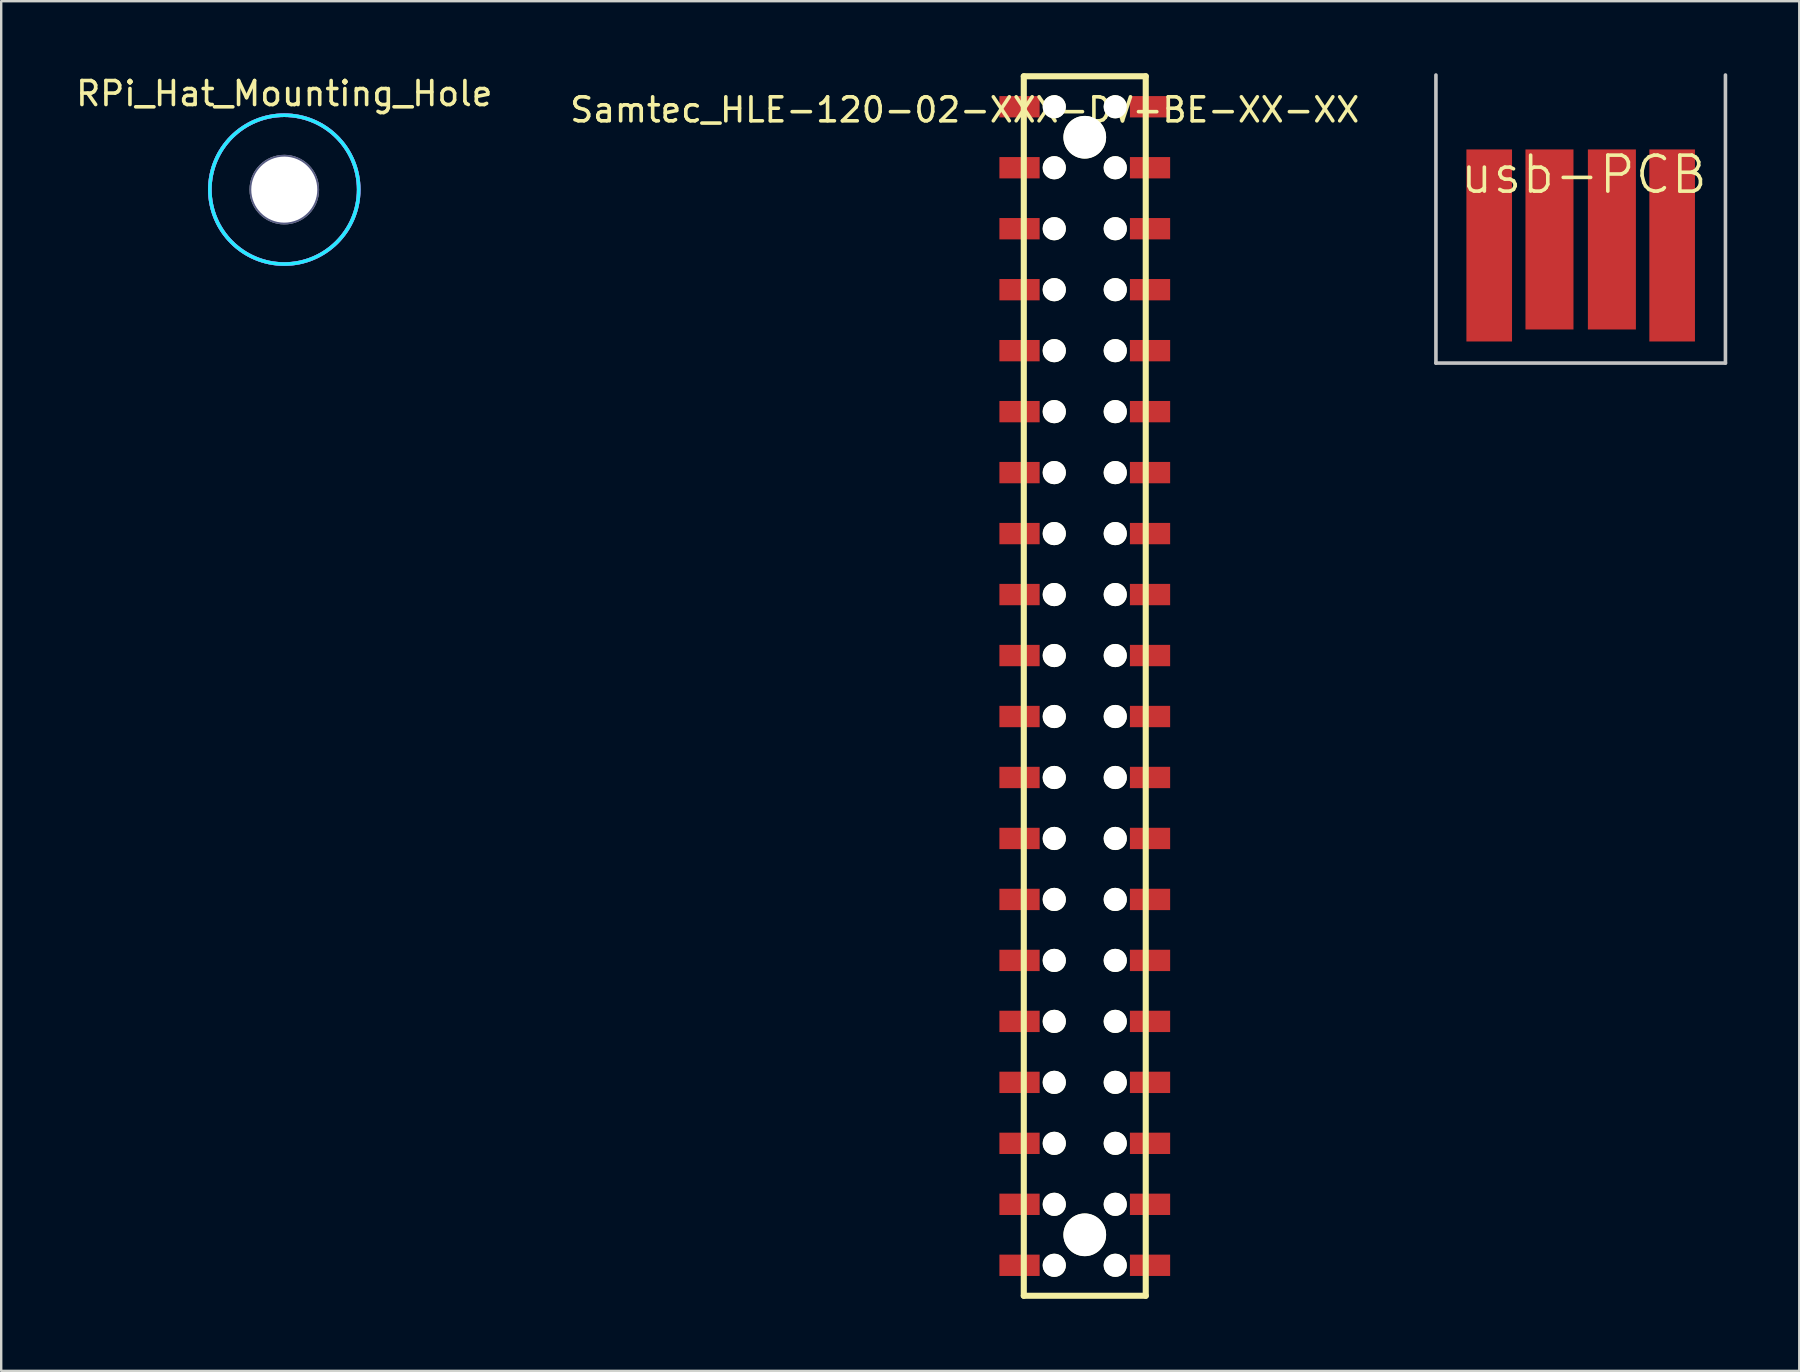
<source format=kicad_pcb>
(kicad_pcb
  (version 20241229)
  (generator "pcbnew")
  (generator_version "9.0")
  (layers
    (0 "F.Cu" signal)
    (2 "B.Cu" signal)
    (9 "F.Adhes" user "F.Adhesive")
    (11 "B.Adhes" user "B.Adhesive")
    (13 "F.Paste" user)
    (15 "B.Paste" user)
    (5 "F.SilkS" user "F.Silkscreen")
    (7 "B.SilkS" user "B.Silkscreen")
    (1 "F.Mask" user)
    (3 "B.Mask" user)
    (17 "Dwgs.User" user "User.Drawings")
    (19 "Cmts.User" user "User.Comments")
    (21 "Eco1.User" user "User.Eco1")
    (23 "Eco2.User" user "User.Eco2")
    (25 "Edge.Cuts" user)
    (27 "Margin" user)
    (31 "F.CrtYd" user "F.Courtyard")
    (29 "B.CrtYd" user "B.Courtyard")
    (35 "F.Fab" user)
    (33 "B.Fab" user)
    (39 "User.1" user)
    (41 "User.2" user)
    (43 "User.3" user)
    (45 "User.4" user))
  (footprint "usb-PCB"
    (layer "F.Cu")
    (at 62.795 12.075)
    (property "Reference" "usb-PCB" (at 0.13 -7.85 0) (layer "F.SilkS") (effects (font (size 1.5 1.5) (thickness 0.15))))
    (attr exclude_from_pos_files exclude_from_bom)
    (fp_line (start -6.03 0) (end -6.03 -12) (stroke (width 0.15) (type solid)) (layer "Dwgs.User"))
    (fp_line (start 6.03 0) (end -6.03 0) (stroke (width 0.15) (type solid)) (layer "Dwgs.User"))
    (fp_line (start 6.03 0) (end 6.03 -12) (stroke (width 0.15) (type solid)) (layer "Dwgs.User"))
    (pad "1" connect rect (at 3.81 -4.9) (size 1.9 8) (layers "F.Cu" "F.Mask"))
    (pad "2" connect rect (at 1.3 -5.15) (size 2 7.5) (layers "F.Cu" "F.Mask"))
    (pad "3" connect rect (at -1.3 -5.15) (size 2 7.5) (layers "F.Cu" "F.Mask"))
    (pad "4" connect rect (at -3.81 -4.9) (size 1.9 8) (layers "F.Cu" "F.Mask")))
  (footprint "RPi_Hat_Mounting_Hole"
    (layer "F.Cu")
    (at 8.792 4.849)
    (property "Reference" "RPi_Hat_Mounting_Hole" (at 0 -4 0) (layer "F.SilkS") (effects (font (size 1 1) (thickness 0.15))))
    (attr through_hole)
    (fp_circle (center 0 0) (end 3.1 0) (stroke (width 0.15) (type solid)) (fill no) (layer "B.CrtYd"))
    (fp_circle (center 0 0) (end 3.1 0) (stroke (width 0.15) (type solid)) (fill no) (layer "F.CrtYd"))
    (fp_circle (center 0 0) (end 1.375 0) (stroke (width 0.15) (type solid)) (fill no) (layer "B.Fab"))
    (fp_circle (center 0 0) (end 3.1 0) (stroke (width 0.15) (type solid)) (fill no) (layer "B.Fab"))
    (fp_circle (center 0 0) (end 1.375 0) (stroke (width 0.15) (type solid)) (fill no) (layer "F.Fab"))
    (fp_circle (center 0 0) (end 3.1 0) (stroke (width 0.15) (type solid)) (fill no) (layer "F.Fab"))
    (pad "" np_thru_hole circle (at 0 0) (size 2.75 2.75) (drill 2.75) (layers "*.Cu" "*.Mask")))
  (footprint "Samtec_HLE-120-02-XXX-DV-BE-XX-XX"
    (layer "F.Cu")
    (at 42.137 25.527)
    (property "Reference" "Samtec_HLE-120-02-XXX-DV-BE-XX-XX" (at -5 -24 0) (layer "F.SilkS") (effects (font (size 1 1) (thickness 0.15))))
    (attr through_hole)
    (fp_line (start -2.54 -25.4) (end 2.54 -25.4) (stroke (width 0.254) (type solid)) (layer "F.SilkS"))
    (fp_line (start -2.54 25.4) (end -2.54 -25.4) (stroke (width 0.254) (type solid)) (layer "F.SilkS"))
    (fp_line (start 2.54 -25.4) (end 2.54 25.4) (stroke (width 0.254) (type solid)) (layer "F.SilkS"))
    (fp_line (start 2.54 25.4) (end -2.54 25.4) (stroke (width 0.254) (type solid)) (layer "F.SilkS"))
    (pad "" np_thru_hole circle (at -1.27 -24.13 270) (size 0.965 0.965) (drill 0.965) (layers "*.Cu" "*.Mask" "F.SilkS"))
    (pad "" np_thru_hole circle (at -1.27 -21.59 270) (size 0.965 0.965) (drill 0.965) (layers "*.Cu" "*.Mask" "F.SilkS"))
    (pad "" np_thru_hole circle (at -1.27 -19.05 270) (size 0.965 0.965) (drill 0.965) (layers "*.Cu" "*.Mask" "F.SilkS"))
    (pad "" np_thru_hole circle (at -1.27 -16.51 270) (size 0.965 0.965) (drill 0.965) (layers "*.Cu" "*.Mask" "F.SilkS"))
    (pad "" np_thru_hole circle (at -1.27 -13.97 270) (size 0.965 0.965) (drill 0.965) (layers "*.Cu" "*.Mask" "F.SilkS"))
    (pad "" np_thru_hole circle (at -1.27 -11.43 270) (size 0.965 0.965) (drill 0.965) (layers "*.Cu" "*.Mask" "F.SilkS"))
    (pad "" np_thru_hole circle (at -1.27 -8.89 270) (size 0.965 0.965) (drill 0.965) (layers "*.Cu" "*.Mask" "F.SilkS"))
    (pad "" np_thru_hole circle (at -1.27 -6.35 270) (size 0.965 0.965) (drill 0.965) (layers "*.Cu" "*.Mask" "F.SilkS"))
    (pad "" np_thru_hole circle (at -1.27 -3.81 270) (size 0.965 0.965) (drill 0.965) (layers "*.Cu" "*.Mask" "F.SilkS"))
    (pad "" np_thru_hole circle (at -1.27 -1.27 270) (size 0.965 0.965) (drill 0.965) (layers "*.Cu" "*.Mask" "F.SilkS"))
    (pad "" np_thru_hole circle (at -1.27 1.27 270) (size 0.965 0.965) (drill 0.965) (layers "*.Cu" "*.Mask" "F.SilkS"))
    (pad "" np_thru_hole circle (at -1.27 3.81 270) (size 0.965 0.965) (drill 0.965) (layers "*.Cu" "*.Mask" "F.SilkS"))
    (pad "" np_thru_hole circle (at -1.27 6.35 270) (size 0.965 0.965) (drill 0.965) (layers "*.Cu" "*.Mask" "F.SilkS"))
    (pad "" np_thru_hole circle (at -1.27 8.89 270) (size 0.965 0.965) (drill 0.965) (layers "*.Cu" "*.Mask" "F.SilkS"))
    (pad "" np_thru_hole circle (at -1.27 11.43 270) (size 0.965 0.965) (drill 0.965) (layers "*.Cu" "*.Mask" "F.SilkS"))
    (pad "" np_thru_hole circle (at -1.27 13.97 270) (size 0.965 0.965) (drill 0.965) (layers "*.Cu" "*.Mask" "F.SilkS"))
    (pad "" np_thru_hole circle (at -1.27 16.51 270) (size 0.965 0.965) (drill 0.965) (layers "*.Cu" "*.Mask" "F.SilkS"))
    (pad "" np_thru_hole circle (at -1.27 19.05 270) (size 0.965 0.965) (drill 0.965) (layers "*.Cu" "*.Mask" "F.SilkS"))
    (pad "" np_thru_hole circle (at -1.27 21.59 270) (size 0.965 0.965) (drill 0.965) (layers "*.Cu" "*.Mask" "F.SilkS"))
    (pad "" np_thru_hole circle (at -1.27 24.13 270) (size 0.965 0.965) (drill 0.965) (layers "*.Cu" "*.Mask" "F.SilkS"))
    (pad "" np_thru_hole circle (at 0 -22.86 270) (size 1.778 1.778) (drill 1.778) (layers "*.Cu" "*.Mask" "F.SilkS"))
    (pad "" np_thru_hole circle (at 0 22.86 270) (size 1.778 1.778) (drill 1.778) (layers "*.Cu" "*.Mask" "F.SilkS"))
    (pad "" np_thru_hole circle (at 1.27 -24.13 270) (size 0.965 0.965) (drill 0.965) (layers "*.Cu" "*.Mask" "F.SilkS"))
    (pad "" np_thru_hole circle (at 1.27 -21.59 270) (size 0.965 0.965) (drill 0.965) (layers "*.Cu" "*.Mask" "F.SilkS"))
    (pad "" np_thru_hole circle (at 1.27 -19.05 270) (size 0.965 0.965) (drill 0.965) (layers "*.Cu" "*.Mask" "F.SilkS"))
    (pad "" np_thru_hole circle (at 1.27 -16.51 270) (size 0.965 0.965) (drill 0.965) (layers "*.Cu" "*.Mask" "F.SilkS"))
    (pad "" np_thru_hole circle (at 1.27 -13.97 270) (size 0.965 0.965) (drill 0.965) (layers "*.Cu" "*.Mask" "F.SilkS"))
    (pad "" np_thru_hole circle (at 1.27 -11.43 270) (size 0.965 0.965) (drill 0.965) (layers "*.Cu" "*.Mask" "F.SilkS"))
    (pad "" np_thru_hole circle (at 1.27 -8.89 270) (size 0.965 0.965) (drill 0.965) (layers "*.Cu" "*.Mask" "F.SilkS"))
    (pad "" np_thru_hole circle (at 1.27 -6.35 270) (size 0.965 0.965) (drill 0.965) (layers "*.Cu" "*.Mask" "F.SilkS"))
    (pad "" np_thru_hole circle (at 1.27 -3.81 270) (size 0.965 0.965) (drill 0.965) (layers "*.Cu" "*.Mask" "F.SilkS"))
    (pad "" np_thru_hole circle (at 1.27 -1.27 270) (size 0.965 0.965) (drill 0.965) (layers "*.Cu" "*.Mask" "F.SilkS"))
    (pad "" np_thru_hole circle (at 1.27 1.27 270) (size 0.965 0.965) (drill 0.965) (layers "*.Cu" "*.Mask" "F.SilkS"))
    (pad "" np_thru_hole circle (at 1.27 3.81 270) (size 0.965 0.965) (drill 0.965) (layers "*.Cu" "*.Mask" "F.SilkS"))
    (pad "" np_thru_hole circle (at 1.27 6.35 270) (size 0.965 0.965) (drill 0.965) (layers "*.Cu" "*.Mask" "F.SilkS"))
    (pad "" np_thru_hole circle (at 1.27 8.89 270) (size 0.965 0.965) (drill 0.965) (layers "*.Cu" "*.Mask" "F.SilkS"))
    (pad "" np_thru_hole circle (at 1.27 11.43 270) (size 0.965 0.965) (drill 0.965) (layers "*.Cu" "*.Mask" "F.SilkS"))
    (pad "" np_thru_hole circle (at 1.27 13.97 270) (size 0.965 0.965) (drill 0.965) (layers "*.Cu" "*.Mask" "F.SilkS"))
    (pad "" np_thru_hole circle (at 1.27 16.51 270) (size 0.965 0.965) (drill 0.965) (layers "*.Cu" "*.Mask" "F.SilkS"))
    (pad "" np_thru_hole circle (at 1.27 19.05 270) (size 0.965 0.965) (drill 0.965) (layers "*.Cu" "*.Mask" "F.SilkS"))
    (pad "" np_thru_hole circle (at 1.27 21.59 270) (size 0.965 0.965) (drill 0.965) (layers "*.Cu" "*.Mask" "F.SilkS"))
    (pad "" np_thru_hole circle (at 1.27 24.13 270) (size 0.965 0.965) (drill 0.965) (layers "*.Cu" "*.Mask" "F.SilkS"))
    (pad "1" smd rect (at -2.718 -24.13 90) (size 0.889 1.676) (layers "F.Cu" "F.Mask" "F.Paste"))
    (pad "2" smd rect (at 2.718 -24.13 90) (size 0.889 1.676) (layers "F.Cu" "F.Mask" "F.Paste"))
    (pad "3" smd rect (at -2.718 -21.59 90) (size 0.889 1.676) (layers "F.Cu" "F.Mask" "F.Paste"))
    (pad "4" smd rect (at 2.718 -21.59 90) (size 0.889 1.676) (layers "F.Cu" "F.Mask" "F.Paste"))
    (pad "5" smd rect (at -2.718 -19.05 90) (size 0.889 1.676) (layers "F.Cu" "F.Mask" "F.Paste"))
    (pad "6" smd rect (at 2.718 -19.05 90) (size 0.889 1.676) (layers "F.Cu" "F.Mask" "F.Paste"))
    (pad "7" smd rect (at -2.718 -16.51 90) (size 0.889 1.676) (layers "F.Cu" "F.Mask" "F.Paste"))
    (pad "8" smd rect (at 2.718 -16.51 90) (size 0.889 1.676) (layers "F.Cu" "F.Mask" "F.Paste"))
    (pad "9" smd rect (at -2.718 -13.97 90) (size 0.889 1.676) (layers "F.Cu" "F.Mask" "F.Paste"))
    (pad "10" smd rect (at 2.718 -13.97 90) (size 0.889 1.676) (layers "F.Cu" "F.Mask" "F.Paste"))
    (pad "11" smd rect (at -2.718 -11.43 90) (size 0.889 1.676) (layers "F.Cu" "F.Mask" "F.Paste"))
    (pad "12" smd rect (at 2.718 -11.43 90) (size 0.889 1.676) (layers "F.Cu" "F.Mask" "F.Paste"))
    (pad "13" smd rect (at -2.718 -8.89 90) (size 0.889 1.676) (layers "F.Cu" "F.Mask" "F.Paste"))
    (pad "14" smd rect (at 2.718 -8.89 90) (size 0.889 1.676) (layers "F.Cu" "F.Mask" "F.Paste"))
    (pad "15" smd rect (at -2.718 -6.35 90) (size 0.889 1.676) (layers "F.Cu" "F.Mask" "F.Paste"))
    (pad "16" smd rect (at 2.718 -6.35 90) (size 0.889 1.676) (layers "F.Cu" "F.Mask" "F.Paste"))
    (pad "17" smd rect (at -2.718 -3.81 90) (size 0.889 1.676) (layers "F.Cu" "F.Mask" "F.Paste"))
    (pad "18" smd rect (at 2.718 -3.81 90) (size 0.889 1.676) (layers "F.Cu" "F.Mask" "F.Paste"))
    (pad "19" smd rect (at -2.718 -1.27 90) (size 0.889 1.676) (layers "F.Cu" "F.Mask" "F.Paste"))
    (pad "20" smd rect (at 2.718 -1.27 90) (size 0.889 1.676) (layers "F.Cu" "F.Mask" "F.Paste"))
    (pad "21" smd rect (at -2.718 1.27 90) (size 0.889 1.676) (layers "F.Cu" "F.Mask" "F.Paste"))
    (pad "22" smd rect (at 2.718 1.27 90) (size 0.889 1.676) (layers "F.Cu" "F.Mask" "F.Paste"))
    (pad "23" smd rect (at -2.718 3.81 90) (size 0.889 1.676) (layers "F.Cu" "F.Mask" "F.Paste"))
    (pad "24" smd rect (at 2.718 3.81 90) (size 0.889 1.676) (layers "F.Cu" "F.Mask" "F.Paste"))
    (pad "25" smd rect (at -2.718 6.35 90) (size 0.889 1.676) (layers "F.Cu" "F.Mask" "F.Paste"))
    (pad "26" smd rect (at 2.718 6.35 90) (size 0.889 1.676) (layers "F.Cu" "F.Mask" "F.Paste"))
    (pad "27" smd rect (at -2.718 8.89 90) (size 0.889 1.676) (layers "F.Cu" "F.Mask" "F.Paste"))
    (pad "28" smd rect (at 2.718 8.89 90) (size 0.889 1.676) (layers "F.Cu" "F.Mask" "F.Paste"))
    (pad "29" smd rect (at -2.718 11.43 90) (size 0.889 1.676) (layers "F.Cu" "F.Mask" "F.Paste"))
    (pad "30" smd rect (at 2.718 11.43 90) (size 0.889 1.676) (layers "F.Cu" "F.Mask" "F.Paste"))
    (pad "31" smd rect (at -2.718 13.97 90) (size 0.889 1.676) (layers "F.Cu" "F.Mask" "F.Paste"))
    (pad "32" smd rect (at 2.718 13.97 90) (size 0.889 1.676) (layers "F.Cu" "F.Mask" "F.Paste"))
    (pad "33" smd rect (at -2.718 16.51 90) (size 0.889 1.676) (layers "F.Cu" "F.Mask" "F.Paste"))
    (pad "34" smd rect (at 2.718 16.51 90) (size 0.889 1.676) (layers "F.Cu" "F.Mask" "F.Paste"))
    (pad "35" smd rect (at -2.718 19.05 90) (size 0.889 1.676) (layers "F.Cu" "F.Mask" "F.Paste"))
    (pad "36" smd rect (at 2.718 19.05 90) (size 0.889 1.676) (layers "F.Cu" "F.Mask" "F.Paste"))
    (pad "37" smd rect (at -2.718 21.59 90) (size 0.889 1.676) (layers "F.Cu" "F.Mask" "F.Paste"))
    (pad "38" smd rect (at 2.718 21.59 90) (size 0.889 1.676) (layers "F.Cu" "F.Mask" "F.Paste"))
    (pad "39" smd rect (at -2.718 24.13 90) (size 0.889 1.676) (layers "F.Cu" "F.Mask" "F.Paste"))
    (pad "40" smd rect (at 2.718 24.13 90) (size 0.889 1.676) (layers "F.Cu" "F.Mask" "F.Paste")))
  (gr_rect
    (start -3 -3)
    (end 71.9 54.054)
    (stroke (width 0.1) (type default))
    (fill no)
    (layer "Edge.Cuts")))
</source>
